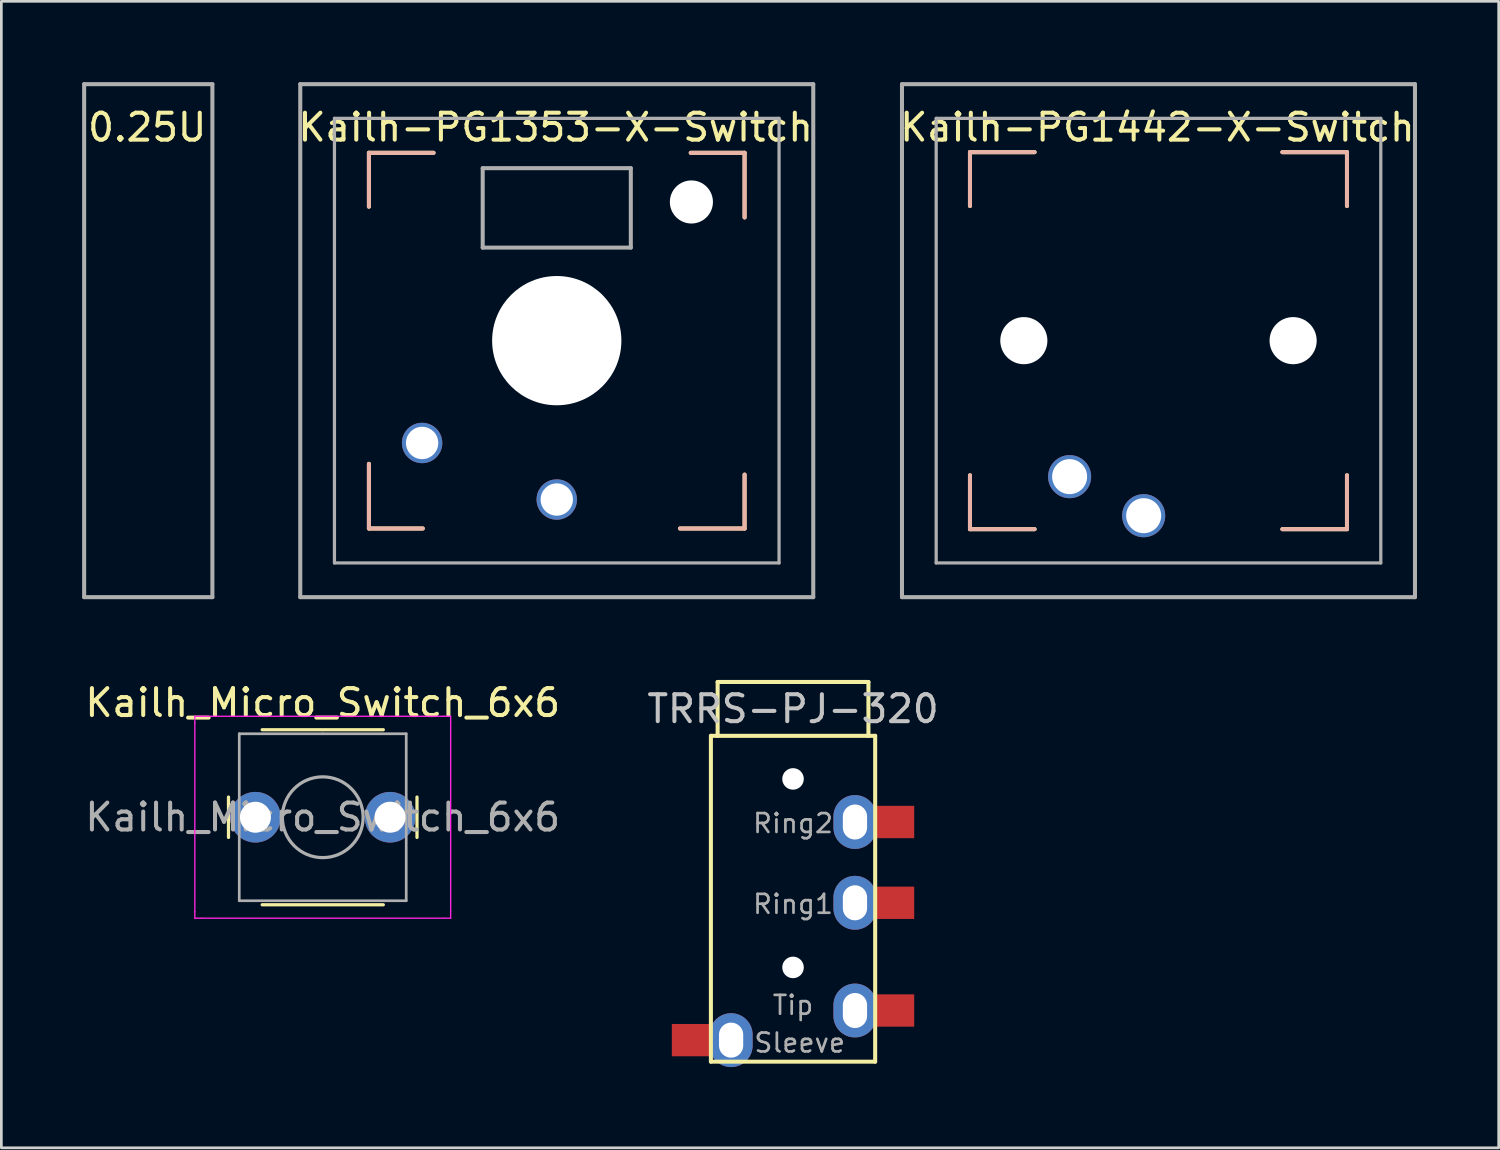
<source format=kicad_pcb>
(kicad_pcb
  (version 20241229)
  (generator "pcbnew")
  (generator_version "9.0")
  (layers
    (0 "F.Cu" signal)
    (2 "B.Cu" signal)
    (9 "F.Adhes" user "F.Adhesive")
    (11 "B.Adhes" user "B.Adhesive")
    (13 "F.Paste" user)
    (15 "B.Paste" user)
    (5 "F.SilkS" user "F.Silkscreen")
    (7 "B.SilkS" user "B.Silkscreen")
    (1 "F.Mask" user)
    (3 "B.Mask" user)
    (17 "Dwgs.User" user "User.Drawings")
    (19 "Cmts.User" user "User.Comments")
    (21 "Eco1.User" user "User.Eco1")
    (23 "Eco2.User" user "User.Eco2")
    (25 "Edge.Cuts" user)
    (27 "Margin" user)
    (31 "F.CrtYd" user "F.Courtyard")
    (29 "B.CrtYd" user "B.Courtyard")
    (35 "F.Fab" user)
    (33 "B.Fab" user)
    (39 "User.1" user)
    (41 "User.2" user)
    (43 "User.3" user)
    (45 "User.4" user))
  (footprint "Kailh_Micro_Switch_6x6"
    (layer "F.Cu")
    (at 8.935 27.298)
    (property "Reference" "Kailh_Micro_Switch_6x6" (at 0 -4.25 0) (layer "F.SilkS") (effects (font (size 1 1) (thickness 0.15))))
    (attr through_hole)
    (fp_line (start -3.5 -0.75) (end -3.5 0.75) (stroke (width 0.12) (type solid)) (layer "F.SilkS"))
    (fp_line (start -2.25 3.25) (end 2.25 3.25) (stroke (width 0.12) (type solid)) (layer "F.SilkS"))
    (fp_line (start 2.25 -3.25) (end -2.25 -3.25) (stroke (width 0.12) (type solid)) (layer "F.SilkS"))
    (fp_line (start 3.5 0.75) (end 3.5 -0.75) (stroke (width 0.12) (type solid)) (layer "F.SilkS"))
    (fp_line (start -4.75 -3.75) (end -4.5 -3.75) (stroke (width 0.05) (type solid)) (layer "F.CrtYd"))
    (fp_line (start -4.75 -3.5) (end -4.75 -3.75) (stroke (width 0.05) (type solid)) (layer "F.CrtYd"))
    (fp_line (start -4.75 3.5) (end -4.75 -3.5) (stroke (width 0.05) (type solid)) (layer "F.CrtYd"))
    (fp_line (start -4.75 3.5) (end -4.75 3.75) (stroke (width 0.05) (type solid)) (layer "F.CrtYd"))
    (fp_line (start -4.75 3.75) (end -4.5 3.75) (stroke (width 0.05) (type solid)) (layer "F.CrtYd"))
    (fp_line (start -4.5 -3.75) (end 4.5 -3.75) (stroke (width 0.05) (type solid)) (layer "F.CrtYd"))
    (fp_line (start 4.5 -3.75) (end 4.75 -3.75) (stroke (width 0.05) (type solid)) (layer "F.CrtYd"))
    (fp_line (start 4.5 3.75) (end -4.5 3.75) (stroke (width 0.05) (type solid)) (layer "F.CrtYd"))
    (fp_line (start 4.5 3.75) (end 4.75 3.75) (stroke (width 0.05) (type solid)) (layer "F.CrtYd"))
    (fp_line (start 4.75 -3.75) (end 4.75 -3.5) (stroke (width 0.05) (type solid)) (layer "F.CrtYd"))
    (fp_line (start 4.75 -3.5) (end 4.75 3.5) (stroke (width 0.05) (type solid)) (layer "F.CrtYd"))
    (fp_line (start 4.75 3.75) (end 4.75 3.5) (stroke (width 0.05) (type solid)) (layer "F.CrtYd"))
    (fp_line (start -3.1 -3.1) (end 0 -3.1) (stroke (width 0.1) (type solid)) (layer "F.Fab"))
    (fp_line (start -3.1 3.1) (end -3.1 -3.1) (stroke (width 0.1) (type solid)) (layer "F.Fab"))
    (fp_line (start 0 -3.1) (end 3.1 -3.1) (stroke (width 0.1) (type solid)) (layer "F.Fab"))
    (fp_line (start 3.1 -3.1) (end 3.1 3.1) (stroke (width 0.1) (type solid)) (layer "F.Fab"))
    (fp_line (start 3.1 3.1) (end -3.1 3.1) (stroke (width 0.1) (type solid)) (layer "F.Fab"))
    (fp_circle (center 0 0) (end 1.5 0) (stroke (width 0.12) (type solid)) (fill no) (layer "F.Fab"))
    (fp_text user "${REFERENCE}" (at 0 0 0) (layer "F.Fab") (effects (font (size 1 1) (thickness 0.15))))
    (pad "1" thru_hole circle (at -2.5 0) (size 1.88 1.88) (drill 1.15) (layers "*.Cu" "*.Mask"))
    (pad "2" thru_hole circle (at 2.5 0) (size 1.88 1.88) (drill 1.15) (layers "*.Cu" "*.Mask")))
  (footprint "Kailh-PG1442-X-Switch"
    (layer "F.Cu")
    (at 39.97 9.6)
    (property "Reference" "Kailh-PG1442-X-Switch" (at -0.04 -7.92 0) (layer "F.SilkS") (effects (font (size 1 1) (thickness 0.15))))
    (attr through_hole)
    (fp_line (start -7 -7) (end -4.6 -7) (stroke (width 0.15) (type solid)) (layer "F.SilkS"))
    (fp_line (start -7 -5) (end -7 -7) (stroke (width 0.15) (type solid)) (layer "F.SilkS"))
    (fp_line (start -7 5) (end -7 7) (stroke (width 0.15) (type solid)) (layer "F.SilkS"))
    (fp_line (start -7 7) (end -4.6 7) (stroke (width 0.15) (type solid)) (layer "F.SilkS"))
    (fp_line (start 4.6 7) (end 7 7) (stroke (width 0.15) (type solid)) (layer "F.SilkS"))
    (fp_line (start 7 -7) (end 4.6 -7) (stroke (width 0.15) (type solid)) (layer "F.SilkS"))
    (fp_line (start 7 -5) (end 7 -7) (stroke (width 0.15) (type solid)) (layer "F.SilkS"))
    (fp_line (start 7 7) (end 7 5) (stroke (width 0.15) (type solid)) (layer "F.SilkS"))
    (fp_line (start -7 -7) (end -7 -5) (stroke (width 0.15) (type solid)) (layer "B.SilkS"))
    (fp_line (start -7 7) (end -7 5) (stroke (width 0.15) (type solid)) (layer "B.SilkS"))
    (fp_line (start -4.6 -7) (end -7 -7) (stroke (width 0.15) (type solid)) (layer "B.SilkS"))
    (fp_line (start -4.6 7) (end -7 7) (stroke (width 0.15) (type solid)) (layer "B.SilkS"))
    (fp_line (start 4.6 7) (end 7 7) (stroke (width 0.15) (type solid)) (layer "B.SilkS"))
    (fp_line (start 7 -7) (end 4.6 -7) (stroke (width 0.15) (type solid)) (layer "B.SilkS"))
    (fp_line (start 7 -5) (end 7 -7) (stroke (width 0.15) (type solid)) (layer "B.SilkS"))
    (fp_line (start 7 7) (end 7 5) (stroke (width 0.15) (type solid)) (layer "B.SilkS"))
    (fp_line (start -9.525 -9.525) (end 9.525 -9.525) (stroke (width 0.15) (type solid)) (layer "F.Fab"))
    (fp_line (start -9.525 9.525) (end -9.525 -9.525) (stroke (width 0.15) (type solid)) (layer "F.Fab"))
    (fp_line (start -8.255 -8.255) (end 8.255 -8.255) (stroke (width 0.12) (type solid)) (layer "F.Fab"))
    (fp_line (start -8.255 8.255) (end -8.255 -8.255) (stroke (width 0.12) (type solid)) (layer "F.Fab"))
    (fp_line (start 8.255 -8.255) (end 8.255 8.255) (stroke (width 0.12) (type solid)) (layer "F.Fab"))
    (fp_line (start 8.255 8.255) (end -8.255 8.255) (stroke (width 0.12) (type solid)) (layer "F.Fab"))
    (fp_line (start 9.525 -9.525) (end 9.525 9.525) (stroke (width 0.15) (type solid)) (layer "F.Fab"))
    (fp_line (start 9.525 9.525) (end -9.525 9.525) (stroke (width 0.15) (type solid)) (layer "F.Fab"))
    (pad "" np_thru_hole circle (at -5 0) (size 1.75 1.75) (drill 1.75) (layers "*.Cu" "*.Mask"))
    (pad "" np_thru_hole circle (at 5 0) (size 1.75 1.75) (drill 1.75) (layers "*.Cu" "*.Mask"))
    (pad "1" thru_hole circle (at -3.3 5.05 180) (size 1.6 1.6) (drill 1.3) (layers "*.Cu" "*.Mask"))
    (pad "2" thru_hole circle (at -0.55 6.5 180) (size 1.6 1.6) (drill 1.3) (layers "*.Cu" "*.Mask")))
  (footprint "0.25U"
    (layer "F.Cu")
    (at 2.456 9.6)
    (property "Reference" "0.25U" (at -0.04 -7.92 0) (layer "F.SilkS") (effects (font (size 1 1) (thickness 0.15))))
    (attr through_hole)
    (fp_line (start -2.381 -9.525) (end 2.381 -9.525) (stroke (width 0.15) (type solid)) (layer "F.Fab"))
    (fp_line (start -2.381 9.525) (end -2.381 -9.525) (stroke (width 0.15) (type solid)) (layer "F.Fab"))
    (fp_line (start 2.381 -9.525) (end 2.381 9.525) (stroke (width 0.15) (type solid)) (layer "F.Fab"))
    (fp_line (start 2.381 9.525) (end -2.381 9.525) (stroke (width 0.15) (type solid)) (layer "F.Fab")))
  (footprint "TRRS-PJ-320"
    (layer "F.Cu")
    (at 26.399 24.275)
    (property "Reference" "TRRS-PJ-320" (at 0 -1 0) (layer "Dwgs.User") (effects (font (size 1 1) (thickness 0.15))))
    (attr through_hole)
    (fp_line (start -3.05 0) (end -3.05 12.1) (stroke (width 0.15) (type solid)) (layer "F.SilkS"))
    (fp_line (start -2.8 0) (end -2.8 -2) (stroke (width 0.15) (type solid)) (layer "F.SilkS"))
    (fp_line (start 2.8 -2) (end -2.8 -2) (stroke (width 0.15) (type solid)) (layer "F.SilkS"))
    (fp_line (start 2.8 0) (end 2.8 -2) (stroke (width 0.15) (type solid)) (layer "F.SilkS"))
    (fp_line (start 3.05 0) (end -3.05 0) (stroke (width 0.15) (type solid)) (layer "F.SilkS"))
    (fp_line (start 3.05 0) (end 3.05 12.1) (stroke (width 0.15) (type solid)) (layer "F.SilkS"))
    (fp_line (start 3.05 12.1) (end -3.05 12.1) (stroke (width 0.15) (type solid)) (layer "F.SilkS"))
    (fp_text user "Sleeve" (at 0.25 11.4 0) (layer "F.Fab") (effects (font (size 0.7 0.7) (thickness 0.1))))
    (fp_text user "Tip" (at 0 10 0) (layer "F.Fab") (effects (font (size 0.7 0.7) (thickness 0.1))))
    (fp_text user "Ring2" (at 0 3.25 0) (layer "F.Fab") (effects (font (size 0.7 0.7) (thickness 0.1))))
    (fp_text user "Ring1" (at 0 6.25 0) (layer "F.Fab") (effects (font (size 0.7 0.7) (thickness 0.1))))
    (pad "" np_thru_hole circle (at 0 1.6) (size 0.8 0.8) (drill 0.8) (layers "*.Cu" "*.Mask"))
    (pad "" np_thru_hole circle (at 0 8.6) (size 0.8 0.8) (drill 0.8) (layers "*.Cu" "*.Mask"))
    (pad "1" smd rect (at -3.25 11.3) (size 2.5 1.2) (layers "F.Cu" "F.Mask" "F.Paste"))
    (pad "1" thru_hole oval (at -2.3 11.3) (size 1.6 2) (drill oval 0.9 1.3) (layers "*.Cu" "*.Mask"))
    (pad "2" thru_hole oval (at 2.3 10.2) (size 1.6 2) (drill oval 0.9 1.3) (layers "*.Cu" "*.Mask"))
    (pad "2" smd rect (at 3.25 10.2) (size 2.5 1.2) (layers "F.Cu" "F.Mask" "F.Paste"))
    (pad "3" thru_hole oval (at 2.3 6.2) (size 1.6 2) (drill oval 0.9 1.3) (layers "*.Cu" "*.Mask"))
    (pad "3" smd rect (at 3.25 6.2) (size 2.5 1.2) (layers "F.Cu" "F.Mask" "F.Paste"))
    (pad "4" thru_hole oval (at 2.3 3.2) (size 1.6 2) (drill oval 0.9 1.3) (layers "*.Cu" "*.Mask"))
    (pad "4" smd rect (at 3.25 3.2) (size 2.5 1.2) (layers "F.Cu" "F.Mask" "F.Paste")))
  (footprint "Kailh-PG1353-X-Switch"
    (layer "F.Cu")
    (at 17.625 9.6)
    (property "Reference" "Kailh-PG1353-X-Switch" (at -0.04 -7.92 0) (layer "F.SilkS") (effects (font (size 1 1) (thickness 0.15))))
    (attr through_hole)
    (fp_line (start -6.975 -6.975) (end -4.575 -6.975) (stroke (width 0.15) (type solid)) (layer "F.SilkS"))
    (fp_line (start -6.975 -4.975) (end -6.975 -6.975) (stroke (width 0.15) (type solid)) (layer "F.SilkS"))
    (fp_line (start -6.975 6.975) (end -6.975 4.575) (stroke (width 0.15) (type solid)) (layer "F.SilkS"))
    (fp_line (start -4.975 6.975) (end -6.975 6.975) (stroke (width 0.15) (type solid)) (layer "F.SilkS"))
    (fp_line (start 4.975 -6.975) (end 6.975 -6.975) (stroke (width 0.15) (type solid)) (layer "F.SilkS"))
    (fp_line (start 6.975 -6.975) (end 6.975 -4.575) (stroke (width 0.15) (type solid)) (layer "F.SilkS"))
    (fp_line (start 6.975 4.975) (end 6.975 6.975) (stroke (width 0.15) (type solid)) (layer "F.SilkS"))
    (fp_line (start 6.975 6.975) (end 4.575 6.975) (stroke (width 0.15) (type solid)) (layer "F.SilkS"))
    (fp_line (start -6.975 -6.975) (end -6.975 -4.975) (stroke (width 0.15) (type solid)) (layer "B.SilkS"))
    (fp_line (start -6.975 4.575) (end -6.975 6.975) (stroke (width 0.15) (type solid)) (layer "B.SilkS"))
    (fp_line (start -6.975 6.975) (end -4.975 6.975) (stroke (width 0.15) (type solid)) (layer "B.SilkS"))
    (fp_line (start -4.575 -6.975) (end -6.975 -6.975) (stroke (width 0.15) (type solid)) (layer "B.SilkS"))
    (fp_line (start 4.575 6.975) (end 6.975 6.975) (stroke (width 0.15) (type solid)) (layer "B.SilkS"))
    (fp_line (start 6.975 -6.975) (end 4.975 -6.975) (stroke (width 0.15) (type solid)) (layer "B.SilkS"))
    (fp_line (start 6.975 -4.575) (end 6.975 -6.975) (stroke (width 0.15) (type solid)) (layer "B.SilkS"))
    (fp_line (start 6.975 6.975) (end 6.975 4.975) (stroke (width 0.15) (type solid)) (layer "B.SilkS"))
    (fp_line (start -9.525 -9.525) (end 9.525 -9.525) (stroke (width 0.15) (type solid)) (layer "F.Fab"))
    (fp_line (start -9.525 9.525) (end -9.525 -9.525) (stroke (width 0.15) (type solid)) (layer "F.Fab"))
    (fp_line (start -8.255 -8.255) (end 8.255 -8.255) (stroke (width 0.12) (type solid)) (layer "F.Fab"))
    (fp_line (start -8.255 8.255) (end -8.255 -8.255) (stroke (width 0.12) (type solid)) (layer "F.Fab"))
    (fp_line (start -2.75 -6.405) (end 2.75 -6.405) (stroke (width 0.15) (type solid)) (layer "F.Fab"))
    (fp_line (start -2.75 -3.455) (end -2.75 -6.405) (stroke (width 0.15) (type solid)) (layer "F.Fab"))
    (fp_line (start -2.75 -3.455) (end 2.75 -3.455) (stroke (width 0.15) (type solid)) (layer "F.Fab"))
    (fp_line (start 2.75 -3.455) (end 2.75 -6.405) (stroke (width 0.15) (type solid)) (layer "F.Fab"))
    (fp_line (start 8.255 -8.255) (end 8.255 8.255) (stroke (width 0.12) (type solid)) (layer "F.Fab"))
    (fp_line (start 8.255 8.255) (end -8.255 8.255) (stroke (width 0.12) (type solid)) (layer "F.Fab"))
    (fp_line (start 9.525 -9.525) (end 9.525 9.525) (stroke (width 0.15) (type solid)) (layer "F.Fab"))
    (fp_line (start 9.525 9.525) (end -9.525 9.525) (stroke (width 0.15) (type solid)) (layer "F.Fab"))
    (pad "" np_thru_hole circle (at 0 0) (size 4.8 4.8) (drill 4.8) (layers "*.Cu" "*.Mask"))
    (pad "" np_thru_hole circle (at 5 -5.15) (size 1.6 1.6) (drill 1.6) (layers "*.Cu" "*.Mask"))
    (pad "1" thru_hole circle (at -5 3.8 180) (size 1.5 1.5) (drill 1.2) (layers "*.Cu" "*.Mask"))
    (pad "2" thru_hole circle (at 0 5.9 180) (size 1.5 1.5) (drill 1.2) (layers "*.Cu" "*.Mask")))
  (gr_rect
    (start -3 -3)
    (end 52.603 39.575)
    (stroke (width 0.1) (type default))
    (fill no)
    (layer "Edge.Cuts")))
</source>
